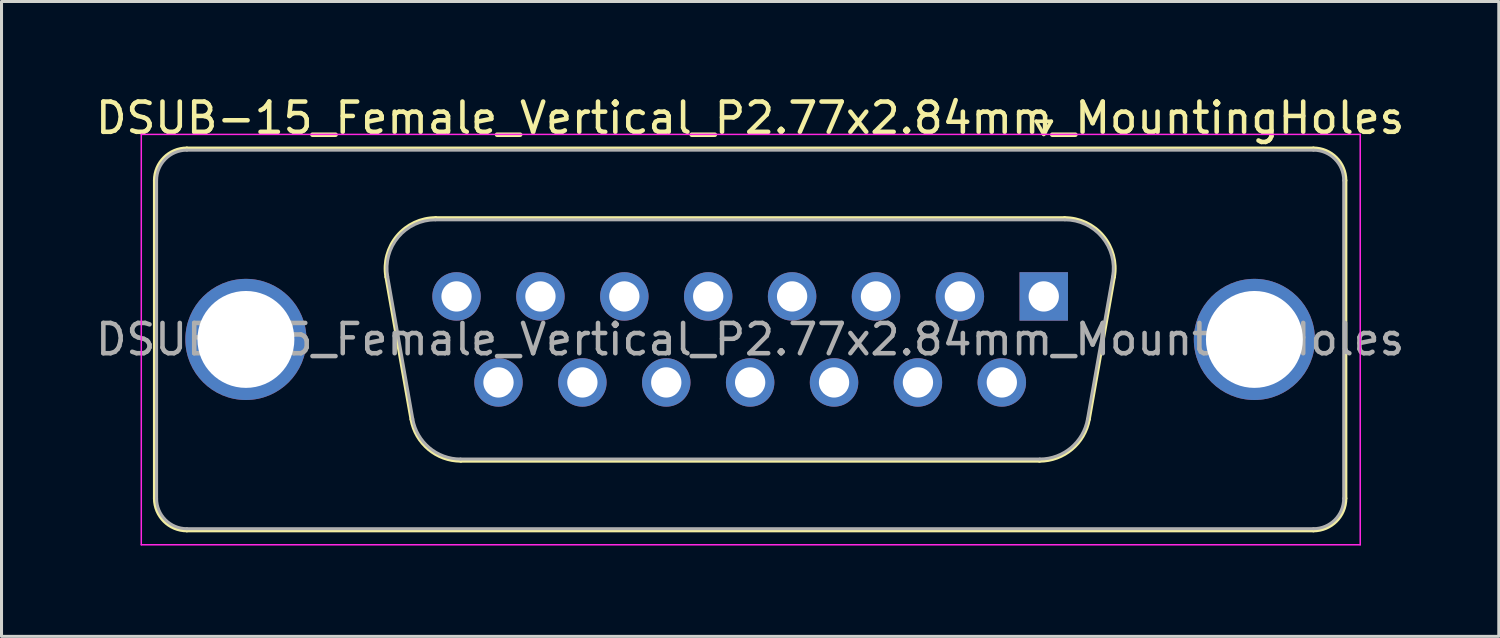
<source format=kicad_pcb>
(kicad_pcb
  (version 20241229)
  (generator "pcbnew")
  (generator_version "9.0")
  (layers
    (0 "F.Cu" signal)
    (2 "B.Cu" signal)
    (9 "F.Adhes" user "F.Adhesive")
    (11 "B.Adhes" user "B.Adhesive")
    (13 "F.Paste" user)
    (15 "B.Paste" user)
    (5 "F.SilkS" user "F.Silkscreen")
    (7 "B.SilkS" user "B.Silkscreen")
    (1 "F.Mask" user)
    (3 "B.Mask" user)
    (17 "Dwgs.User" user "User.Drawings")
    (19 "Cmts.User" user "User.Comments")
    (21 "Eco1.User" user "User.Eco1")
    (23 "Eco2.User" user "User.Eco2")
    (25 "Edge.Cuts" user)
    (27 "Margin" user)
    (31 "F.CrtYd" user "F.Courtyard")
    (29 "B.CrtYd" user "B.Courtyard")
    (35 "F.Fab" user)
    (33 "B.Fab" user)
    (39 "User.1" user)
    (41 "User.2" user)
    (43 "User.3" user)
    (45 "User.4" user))
  (footprint "DSUB-15_Female_Vertical_P2.77x2.84mm_MountingHoles"
    (layer "F.Cu")
    (at 31.415 6.738)
    (property "Reference" "DSUB-15_Female_Vertical_P2.77x2.84mm_MountingHoles" (at -9.695 -5.89 0) (layer "F.SilkS") (effects (font (size 1 1) (thickness 0.15))))
    (attr through_hole)
    (fp_line (start -29.355 6.67) (end -29.355 -3.83) (stroke (width 0.12) (type solid)) (layer "F.SilkS"))
    (fp_line (start -28.295 -4.89) (end 8.905 -4.89) (stroke (width 0.12) (type solid)) (layer "F.SilkS"))
    (fp_line (start -21.711 -0.642) (end -20.883 4.058) (stroke (width 0.12) (type solid)) (layer "F.SilkS"))
    (fp_line (start -20.077 -2.59) (end 0.687 -2.59) (stroke (width 0.12) (type solid)) (layer "F.SilkS"))
    (fp_line (start -19.248 5.43) (end -0.142 5.43) (stroke (width 0.12) (type solid)) (layer "F.SilkS"))
    (fp_line (start -0.25 -5.784) (end 0.25 -5.784) (stroke (width 0.12) (type solid)) (layer "F.SilkS"))
    (fp_line (start 0 -5.351) (end -0.25 -5.784) (stroke (width 0.12) (type solid)) (layer "F.SilkS"))
    (fp_line (start 0.25 -5.784) (end 0 -5.351) (stroke (width 0.12) (type solid)) (layer "F.SilkS"))
    (fp_line (start 2.321 -0.642) (end 1.493 4.058) (stroke (width 0.12) (type solid)) (layer "F.SilkS"))
    (fp_line (start 8.905 7.73) (end -28.295 7.73) (stroke (width 0.12) (type solid)) (layer "F.SilkS"))
    (fp_line (start 9.965 -3.83) (end 9.965 6.67) (stroke (width 0.12) (type solid)) (layer "F.SilkS"))
    (fp_arc (start -29.355 -3.83) (mid -29.044533 -4.579533) (end -28.295 -4.89) (stroke (width 0.12) (type solid)) (layer "F.SilkS"))
    (fp_arc (start -28.295 7.73) (mid -29.044533 7.419533) (end -29.355 6.67) (stroke (width 0.12) (type solid)) (layer "F.SilkS"))
    (fp_arc (start -21.71147 -0.641744) (mid -21.348323 -1.997028) (end -20.076689 -2.59) (stroke (width 0.12) (type solid)) (layer "F.SilkS"))
    (fp_arc (start -19.247952 5.43) (mid -20.314979 5.041634) (end -20.882733 4.058256) (stroke (width 0.12) (type solid)) (layer "F.SilkS"))
    (fp_arc (start 0.686689 -2.59) (mid 1.958323 -1.997027) (end 2.32147 -0.641744) (stroke (width 0.12) (type solid)) (layer "F.SilkS"))
    (fp_arc (start 1.492733 4.058256) (mid 0.92498 5.041634) (end -0.142048 5.43) (stroke (width 0.12) (type solid)) (layer "F.SilkS"))
    (fp_arc (start 8.905 -4.89) (mid 9.654533 -4.579533) (end 9.965 -3.83) (stroke (width 0.12) (type solid)) (layer "F.SilkS"))
    (fp_arc (start 9.965 6.67) (mid 9.654533 7.419533) (end 8.905 7.73) (stroke (width 0.12) (type solid)) (layer "F.SilkS"))
    (fp_line (start -29.8 -5.35) (end -29.8 8.2) (stroke (width 0.05) (type solid)) (layer "F.CrtYd"))
    (fp_line (start -29.8 8.2) (end 10.45 8.2) (stroke (width 0.05) (type solid)) (layer "F.CrtYd"))
    (fp_line (start 10.45 -5.35) (end -29.8 -5.35) (stroke (width 0.05) (type solid)) (layer "F.CrtYd"))
    (fp_line (start 10.45 8.2) (end 10.45 -5.35) (stroke (width 0.05) (type solid)) (layer "F.CrtYd"))
    (fp_line (start -29.295 6.67) (end -29.295 -3.83) (stroke (width 0.1) (type solid)) (layer "F.Fab"))
    (fp_line (start -28.295 -4.83) (end 8.905 -4.83) (stroke (width 0.1) (type solid)) (layer "F.Fab"))
    (fp_line (start -21.664 -0.652) (end -20.835 4.048) (stroke (width 0.1) (type solid)) (layer "F.Fab"))
    (fp_line (start -20.088 -2.53) (end 0.698 -2.53) (stroke (width 0.1) (type solid)) (layer "F.Fab"))
    (fp_line (start -19.259 5.37) (end -0.131 5.37) (stroke (width 0.1) (type solid)) (layer "F.Fab"))
    (fp_line (start 2.274 -0.652) (end 1.445 4.048) (stroke (width 0.1) (type solid)) (layer "F.Fab"))
    (fp_line (start 8.905 7.67) (end -28.295 7.67) (stroke (width 0.1) (type solid)) (layer "F.Fab"))
    (fp_line (start 9.905 -3.83) (end 9.905 6.67) (stroke (width 0.1) (type solid)) (layer "F.Fab"))
    (fp_arc (start -29.295 -3.83) (mid -29.002107 -4.537107) (end -28.295 -4.83) (stroke (width 0.1) (type solid)) (layer "F.Fab"))
    (fp_arc (start -28.295 7.67) (mid -29.002107 7.377107) (end -29.295 6.67) (stroke (width 0.1) (type solid)) (layer "F.Fab"))
    (fp_arc (start -21.663886 -0.652163) (mid -21.313865 -1.95846) (end -20.088194 -2.53) (stroke (width 0.1) (type solid)) (layer "F.Fab"))
    (fp_arc (start -19.259457 5.37) (mid -20.287917 4.995671) (end -20.835149 4.047837) (stroke (width 0.1) (type solid)) (layer "F.Fab"))
    (fp_arc (start 0.698194 -2.53) (mid 1.923865 -1.95846) (end 2.273886 -0.652163) (stroke (width 0.1) (type solid)) (layer "F.Fab"))
    (fp_arc (start 1.445149 4.047837) (mid 0.897917 4.995671) (end -0.130543 5.37) (stroke (width 0.1) (type solid)) (layer "F.Fab"))
    (fp_arc (start 8.905 -4.83) (mid 9.612107 -4.537107) (end 9.905 -3.83) (stroke (width 0.1) (type solid)) (layer "F.Fab"))
    (fp_arc (start 9.905 6.67) (mid 9.612107 7.377107) (end 8.905 7.67) (stroke (width 0.1) (type solid)) (layer "F.Fab"))
    (fp_text user "${REFERENCE}" (at -9.695 1.42 0) (layer "F.Fab") (effects (font (size 1 1) (thickness 0.15))))
    (pad "0" thru_hole circle (at -26.345 1.42) (size 4 4) (drill 3.2) (layers "*.Cu" "*.Mask"))
    (pad "0" thru_hole circle (at 6.955 1.42) (size 4 4) (drill 3.2) (layers "*.Cu" "*.Mask"))
    (pad "1" thru_hole rect (at 0 0) (size 1.6 1.6) (drill 1) (layers "*.Cu" "*.Mask"))
    (pad "2" thru_hole circle (at -2.77 0) (size 1.6 1.6) (drill 1) (layers "*.Cu" "*.Mask"))
    (pad "3" thru_hole circle (at -5.54 0) (size 1.6 1.6) (drill 1) (layers "*.Cu" "*.Mask"))
    (pad "4" thru_hole circle (at -8.31 0) (size 1.6 1.6) (drill 1) (layers "*.Cu" "*.Mask"))
    (pad "5" thru_hole circle (at -11.08 0) (size 1.6 1.6) (drill 1) (layers "*.Cu" "*.Mask"))
    (pad "6" thru_hole circle (at -13.85 0) (size 1.6 1.6) (drill 1) (layers "*.Cu" "*.Mask"))
    (pad "7" thru_hole circle (at -16.62 0) (size 1.6 1.6) (drill 1) (layers "*.Cu" "*.Mask"))
    (pad "8" thru_hole circle (at -19.39 0) (size 1.6 1.6) (drill 1) (layers "*.Cu" "*.Mask"))
    (pad "9" thru_hole circle (at -1.385 2.84) (size 1.6 1.6) (drill 1) (layers "*.Cu" "*.Mask"))
    (pad "10" thru_hole circle (at -4.155 2.84) (size 1.6 1.6) (drill 1) (layers "*.Cu" "*.Mask"))
    (pad "11" thru_hole circle (at -6.925 2.84) (size 1.6 1.6) (drill 1) (layers "*.Cu" "*.Mask"))
    (pad "12" thru_hole circle (at -9.695 2.84) (size 1.6 1.6) (drill 1) (layers "*.Cu" "*.Mask"))
    (pad "13" thru_hole circle (at -12.465 2.84) (size 1.6 1.6) (drill 1) (layers "*.Cu" "*.Mask"))
    (pad "14" thru_hole circle (at -15.235 2.84) (size 1.6 1.6) (drill 1) (layers "*.Cu" "*.Mask"))
    (pad "15" thru_hole circle (at -18.005 2.84) (size 1.6 1.6) (drill 1) (layers "*.Cu" "*.Mask")))
  (gr_rect
    (start -3 -3)
    (end 46.44 17.963)
    (stroke (width 0.1) (type default))
    (fill no)
    (layer "Edge.Cuts")))
</source>
